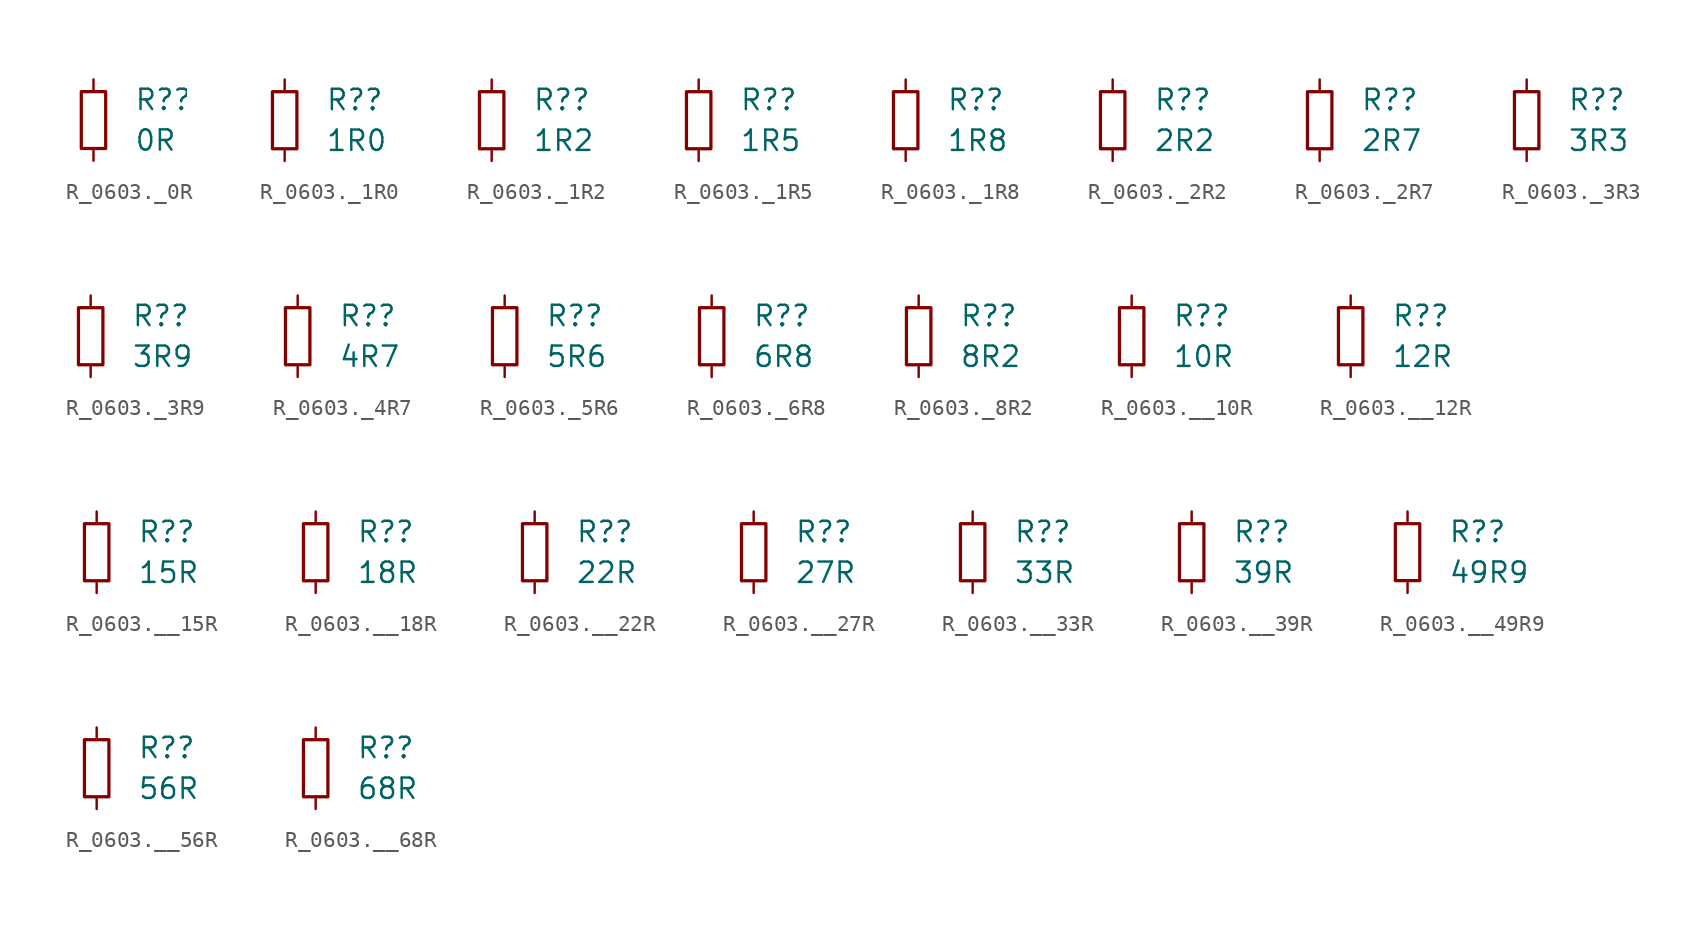
<source format=kicad_sym>
(kicad_symbol_lib
  (version 20231120)
  (generator "kicad_symbol_editor")
  (generator_version "8.0")
  (symbol "R_0603._0R"
    (pin_numbers hide)
    (pin_names
      (offset 0.254) hide)
    (property "Reference" "R?"
      (at 2.54 1.27 0)
      (effects (font (size 1.27 1.27)) (justify left)))
    (property "Value" "0R"
      (at 2.54 -1.27 0)
      (effects (font (size 1.27 1.27)) (justify left)))
    (symbol "R_0603._0R_0_1"
      (rectangle (start -0.762 1.778) (end 0.762 -1.778) (stroke (width 0.203) (type default)) (fill (type none))))
    (symbol "R_0603._0R_1_1"
      (pin passive line (at 0 2.54 270) (length 0.762) (name "~" (effects (font (size 1.27 1.27)))) (number "1" (effects (font (size 1.27 1.27)))))
      (pin passive line (at 0 -2.54 90) (length 0.762) (name "~" (effects (font (size 1.27 1.27)))) (number "2" (effects (font (size 1.27 1.27)))))))
  (symbol "R_0603._1R0"
    (pin_numbers hide)
    (pin_names
      (offset 0.254) hide)
    (property "Reference" "R?"
      (at 2.54 1.27 0)
      (effects (font (size 1.27 1.27)) (justify left)))
    (property "Value" "1R0"
      (at 2.54 -1.27 0)
      (effects (font (size 1.27 1.27)) (justify left)))
    (symbol "R_0603._1R0_0_1"
      (rectangle (start -0.762 1.778) (end 0.762 -1.778) (stroke (width 0.203) (type default)) (fill (type none))))
    (symbol "R_0603._1R0_1_1"
      (pin passive line (at 0 2.54 270) (length 0.762) (name "~" (effects (font (size 1.27 1.27)))) (number "1" (effects (font (size 1.27 1.27)))))
      (pin passive line (at 0 -2.54 90) (length 0.762) (name "~" (effects (font (size 1.27 1.27)))) (number "2" (effects (font (size 1.27 1.27)))))))
  (symbol "R_0603._1R2"
    (pin_numbers hide)
    (pin_names
      (offset 0.254) hide)
    (property "Reference" "R?"
      (at 2.54 1.27 0)
      (effects (font (size 1.27 1.27)) (justify left)))
    (property "Value" "1R2"
      (at 2.54 -1.27 0)
      (effects (font (size 1.27 1.27)) (justify left)))
    (symbol "R_0603._1R2_0_1"
      (rectangle (start -0.762 1.778) (end 0.762 -1.778) (stroke (width 0.203) (type default)) (fill (type none))))
    (symbol "R_0603._1R2_1_1"
      (pin passive line (at 0 2.54 270) (length 0.762) (name "~" (effects (font (size 1.27 1.27)))) (number "1" (effects (font (size 1.27 1.27)))))
      (pin passive line (at 0 -2.54 90) (length 0.762) (name "~" (effects (font (size 1.27 1.27)))) (number "2" (effects (font (size 1.27 1.27)))))))
  (symbol "R_0603._1R5"
    (pin_numbers hide)
    (pin_names
      (offset 0.254) hide)
    (property "Reference" "R?"
      (at 2.54 1.27 0)
      (effects (font (size 1.27 1.27)) (justify left)))
    (property "Value" "1R5"
      (at 2.54 -1.27 0)
      (effects (font (size 1.27 1.27)) (justify left)))
    (symbol "R_0603._1R5_0_1"
      (rectangle (start -0.762 1.778) (end 0.762 -1.778) (stroke (width 0.203) (type default)) (fill (type none))))
    (symbol "R_0603._1R5_1_1"
      (pin passive line (at 0 2.54 270) (length 0.762) (name "~" (effects (font (size 1.27 1.27)))) (number "1" (effects (font (size 1.27 1.27)))))
      (pin passive line (at 0 -2.54 90) (length 0.762) (name "~" (effects (font (size 1.27 1.27)))) (number "2" (effects (font (size 1.27 1.27)))))))
  (symbol "R_0603._1R8"
    (pin_numbers hide)
    (pin_names
      (offset 0.254) hide)
    (property "Reference" "R?"
      (at 2.54 1.27 0)
      (effects (font (size 1.27 1.27)) (justify left)))
    (property "Value" "1R8"
      (at 2.54 -1.27 0)
      (effects (font (size 1.27 1.27)) (justify left)))
    (symbol "R_0603._1R8_0_1"
      (rectangle (start -0.762 1.778) (end 0.762 -1.778) (stroke (width 0.203) (type default)) (fill (type none))))
    (symbol "R_0603._1R8_1_1"
      (pin passive line (at 0 2.54 270) (length 0.762) (name "~" (effects (font (size 1.27 1.27)))) (number "1" (effects (font (size 1.27 1.27)))))
      (pin passive line (at 0 -2.54 90) (length 0.762) (name "~" (effects (font (size 1.27 1.27)))) (number "2" (effects (font (size 1.27 1.27)))))))
  (symbol "R_0603._2R2"
    (pin_numbers hide)
    (pin_names
      (offset 0.254) hide)
    (property "Reference" "R?"
      (at 2.54 1.27 0)
      (effects (font (size 1.27 1.27)) (justify left)))
    (property "Value" "2R2"
      (at 2.54 -1.27 0)
      (effects (font (size 1.27 1.27)) (justify left)))
    (symbol "R_0603._2R2_0_1"
      (rectangle (start -0.762 1.778) (end 0.762 -1.778) (stroke (width 0.203) (type default)) (fill (type none))))
    (symbol "R_0603._2R2_1_1"
      (pin passive line (at 0 2.54 270) (length 0.762) (name "~" (effects (font (size 1.27 1.27)))) (number "1" (effects (font (size 1.27 1.27)))))
      (pin passive line (at 0 -2.54 90) (length 0.762) (name "~" (effects (font (size 1.27 1.27)))) (number "2" (effects (font (size 1.27 1.27)))))))
  (symbol "R_0603._2R7"
    (pin_numbers hide)
    (pin_names
      (offset 0.254) hide)
    (property "Reference" "R?"
      (at 2.54 1.27 0)
      (effects (font (size 1.27 1.27)) (justify left)))
    (property "Value" "2R7"
      (at 2.54 -1.27 0)
      (effects (font (size 1.27 1.27)) (justify left)))
    (symbol "R_0603._2R7_0_1"
      (rectangle (start -0.762 1.778) (end 0.762 -1.778) (stroke (width 0.203) (type default)) (fill (type none))))
    (symbol "R_0603._2R7_1_1"
      (pin passive line (at 0 2.54 270) (length 0.762) (name "~" (effects (font (size 1.27 1.27)))) (number "1" (effects (font (size 1.27 1.27)))))
      (pin passive line (at 0 -2.54 90) (length 0.762) (name "~" (effects (font (size 1.27 1.27)))) (number "2" (effects (font (size 1.27 1.27)))))))
  (symbol "R_0603._3R3"
    (pin_numbers hide)
    (pin_names
      (offset 0.254) hide)
    (property "Reference" "R?"
      (at 2.54 1.27 0)
      (effects (font (size 1.27 1.27)) (justify left)))
    (property "Value" "3R3"
      (at 2.54 -1.27 0)
      (effects (font (size 1.27 1.27)) (justify left)))
    (symbol "R_0603._3R3_0_1"
      (rectangle (start -0.762 1.778) (end 0.762 -1.778) (stroke (width 0.203) (type default)) (fill (type none))))
    (symbol "R_0603._3R3_1_1"
      (pin passive line (at 0 2.54 270) (length 0.762) (name "~" (effects (font (size 1.27 1.27)))) (number "1" (effects (font (size 1.27 1.27)))))
      (pin passive line (at 0 -2.54 90) (length 0.762) (name "~" (effects (font (size 1.27 1.27)))) (number "2" (effects (font (size 1.27 1.27)))))))
  (symbol "R_0603._3R9"
    (pin_numbers hide)
    (pin_names
      (offset 0.254) hide)
    (property "Reference" "R?"
      (at 2.54 1.27 0)
      (effects (font (size 1.27 1.27)) (justify left)))
    (property "Value" "3R9"
      (at 2.54 -1.27 0)
      (effects (font (size 1.27 1.27)) (justify left)))
    (symbol "R_0603._3R9_0_1"
      (rectangle (start -0.762 1.778) (end 0.762 -1.778) (stroke (width 0.203) (type default)) (fill (type none))))
    (symbol "R_0603._3R9_1_1"
      (pin passive line (at 0 2.54 270) (length 0.762) (name "~" (effects (font (size 1.27 1.27)))) (number "1" (effects (font (size 1.27 1.27)))))
      (pin passive line (at 0 -2.54 90) (length 0.762) (name "~" (effects (font (size 1.27 1.27)))) (number "2" (effects (font (size 1.27 1.27)))))))
  (symbol "R_0603._4R7"
    (pin_numbers hide)
    (pin_names
      (offset 0.254) hide)
    (property "Reference" "R?"
      (at 2.54 1.27 0)
      (effects (font (size 1.27 1.27)) (justify left)))
    (property "Value" "4R7"
      (at 2.54 -1.27 0)
      (effects (font (size 1.27 1.27)) (justify left)))
    (symbol "R_0603._4R7_0_1"
      (rectangle (start -0.762 1.778) (end 0.762 -1.778) (stroke (width 0.203) (type default)) (fill (type none))))
    (symbol "R_0603._4R7_1_1"
      (pin passive line (at 0 2.54 270) (length 0.762) (name "~" (effects (font (size 1.27 1.27)))) (number "1" (effects (font (size 1.27 1.27)))))
      (pin passive line (at 0 -2.54 90) (length 0.762) (name "~" (effects (font (size 1.27 1.27)))) (number "2" (effects (font (size 1.27 1.27)))))))
  (symbol "R_0603._5R6"
    (pin_numbers hide)
    (pin_names
      (offset 0.254) hide)
    (property "Reference" "R?"
      (at 2.54 1.27 0)
      (effects (font (size 1.27 1.27)) (justify left)))
    (property "Value" "5R6"
      (at 2.54 -1.27 0)
      (effects (font (size 1.27 1.27)) (justify left)))
    (symbol "R_0603._5R6_0_1"
      (rectangle (start -0.762 1.778) (end 0.762 -1.778) (stroke (width 0.203) (type default)) (fill (type none))))
    (symbol "R_0603._5R6_1_1"
      (pin passive line (at 0 2.54 270) (length 0.762) (name "~" (effects (font (size 1.27 1.27)))) (number "1" (effects (font (size 1.27 1.27)))))
      (pin passive line (at 0 -2.54 90) (length 0.762) (name "~" (effects (font (size 1.27 1.27)))) (number "2" (effects (font (size 1.27 1.27)))))))
  (symbol "R_0603._6R8"
    (pin_numbers hide)
    (pin_names
      (offset 0.254) hide)
    (property "Reference" "R?"
      (at 2.54 1.27 0)
      (effects (font (size 1.27 1.27)) (justify left)))
    (property "Value" "6R8"
      (at 2.54 -1.27 0)
      (effects (font (size 1.27 1.27)) (justify left)))
    (symbol "R_0603._6R8_0_1"
      (rectangle (start -0.762 1.778) (end 0.762 -1.778) (stroke (width 0.203) (type default)) (fill (type none))))
    (symbol "R_0603._6R8_1_1"
      (pin passive line (at 0 2.54 270) (length 0.762) (name "~" (effects (font (size 1.27 1.27)))) (number "1" (effects (font (size 1.27 1.27)))))
      (pin passive line (at 0 -2.54 90) (length 0.762) (name "~" (effects (font (size 1.27 1.27)))) (number "2" (effects (font (size 1.27 1.27)))))))
  (symbol "R_0603._8R2"
    (pin_numbers hide)
    (pin_names
      (offset 0.254) hide)
    (property "Reference" "R?"
      (at 2.54 1.27 0)
      (effects (font (size 1.27 1.27)) (justify left)))
    (property "Value" "8R2"
      (at 2.54 -1.27 0)
      (effects (font (size 1.27 1.27)) (justify left)))
    (symbol "R_0603._8R2_0_1"
      (rectangle (start -0.762 1.778) (end 0.762 -1.778) (stroke (width 0.203) (type default)) (fill (type none))))
    (symbol "R_0603._8R2_1_1"
      (pin passive line (at 0 2.54 270) (length 0.762) (name "~" (effects (font (size 1.27 1.27)))) (number "1" (effects (font (size 1.27 1.27)))))
      (pin passive line (at 0 -2.54 90) (length 0.762) (name "~" (effects (font (size 1.27 1.27)))) (number "2" (effects (font (size 1.27 1.27)))))))
  (symbol "R_0603.__10R"
    (pin_numbers hide)
    (pin_names
      (offset 0.254) hide)
    (property "Reference" "R?"
      (at 2.54 1.27 0)
      (effects (font (size 1.27 1.27)) (justify left)))
    (property "Value" "10R"
      (at 2.54 -1.27 0)
      (effects (font (size 1.27 1.27)) (justify left)))
    (symbol "R_0603.__10R_0_1"
      (rectangle (start -0.762 1.778) (end 0.762 -1.778) (stroke (width 0.203) (type default)) (fill (type none))))
    (symbol "R_0603.__10R_1_1"
      (pin passive line (at 0 2.54 270) (length 0.762) (name "~" (effects (font (size 1.27 1.27)))) (number "1" (effects (font (size 1.27 1.27)))))
      (pin passive line (at 0 -2.54 90) (length 0.762) (name "~" (effects (font (size 1.27 1.27)))) (number "2" (effects (font (size 1.27 1.27)))))))
  (symbol "R_0603.__12R"
    (pin_numbers hide)
    (pin_names
      (offset 0.254) hide)
    (property "Reference" "R?"
      (at 2.54 1.27 0)
      (effects (font (size 1.27 1.27)) (justify left)))
    (property "Value" "12R"
      (at 2.54 -1.27 0)
      (effects (font (size 1.27 1.27)) (justify left)))
    (symbol "R_0603.__12R_0_1"
      (rectangle (start -0.762 1.778) (end 0.762 -1.778) (stroke (width 0.203) (type default)) (fill (type none))))
    (symbol "R_0603.__12R_1_1"
      (pin passive line (at 0 2.54 270) (length 0.762) (name "~" (effects (font (size 1.27 1.27)))) (number "1" (effects (font (size 1.27 1.27)))))
      (pin passive line (at 0 -2.54 90) (length 0.762) (name "~" (effects (font (size 1.27 1.27)))) (number "2" (effects (font (size 1.27 1.27)))))))
  (symbol "R_0603.__15R"
    (pin_numbers hide)
    (pin_names
      (offset 0.254) hide)
    (property "Reference" "R?"
      (at 2.54 1.27 0)
      (effects (font (size 1.27 1.27)) (justify left)))
    (property "Value" "15R"
      (at 2.54 -1.27 0)
      (effects (font (size 1.27 1.27)) (justify left)))
    (symbol "R_0603.__15R_0_1"
      (rectangle (start -0.762 1.778) (end 0.762 -1.778) (stroke (width 0.203) (type default)) (fill (type none))))
    (symbol "R_0603.__15R_1_1"
      (pin passive line (at 0 2.54 270) (length 0.762) (name "~" (effects (font (size 1.27 1.27)))) (number "1" (effects (font (size 1.27 1.27)))))
      (pin passive line (at 0 -2.54 90) (length 0.762) (name "~" (effects (font (size 1.27 1.27)))) (number "2" (effects (font (size 1.27 1.27)))))))
  (symbol "R_0603.__18R"
    (pin_numbers hide)
    (pin_names
      (offset 0.254) hide)
    (property "Reference" "R?"
      (at 2.54 1.27 0)
      (effects (font (size 1.27 1.27)) (justify left)))
    (property "Value" "18R"
      (at 2.54 -1.27 0)
      (effects (font (size 1.27 1.27)) (justify left)))
    (symbol "R_0603.__18R_0_1"
      (rectangle (start -0.762 1.778) (end 0.762 -1.778) (stroke (width 0.203) (type default)) (fill (type none))))
    (symbol "R_0603.__18R_1_1"
      (pin passive line (at 0 2.54 270) (length 0.762) (name "~" (effects (font (size 1.27 1.27)))) (number "1" (effects (font (size 1.27 1.27)))))
      (pin passive line (at 0 -2.54 90) (length 0.762) (name "~" (effects (font (size 1.27 1.27)))) (number "2" (effects (font (size 1.27 1.27)))))))
  (symbol "R_0603.__22R"
    (pin_numbers hide)
    (pin_names
      (offset 0.254) hide)
    (property "Reference" "R?"
      (at 2.54 1.27 0)
      (effects (font (size 1.27 1.27)) (justify left)))
    (property "Value" "22R"
      (at 2.54 -1.27 0)
      (effects (font (size 1.27 1.27)) (justify left)))
    (symbol "R_0603.__22R_0_1"
      (rectangle (start -0.762 1.778) (end 0.762 -1.778) (stroke (width 0.203) (type default)) (fill (type none))))
    (symbol "R_0603.__22R_1_1"
      (pin passive line (at 0 2.54 270) (length 0.762) (name "~" (effects (font (size 1.27 1.27)))) (number "1" (effects (font (size 1.27 1.27)))))
      (pin passive line (at 0 -2.54 90) (length 0.762) (name "~" (effects (font (size 1.27 1.27)))) (number "2" (effects (font (size 1.27 1.27)))))))
  (symbol "R_0603.__27R"
    (pin_numbers hide)
    (pin_names
      (offset 0.254) hide)
    (property "Reference" "R?"
      (at 2.54 1.27 0)
      (effects (font (size 1.27 1.27)) (justify left)))
    (property "Value" "27R"
      (at 2.54 -1.27 0)
      (effects (font (size 1.27 1.27)) (justify left)))
    (symbol "R_0603.__27R_0_1"
      (rectangle (start -0.762 1.778) (end 0.762 -1.778) (stroke (width 0.203) (type default)) (fill (type none))))
    (symbol "R_0603.__27R_1_1"
      (pin passive line (at 0 2.54 270) (length 0.762) (name "~" (effects (font (size 1.27 1.27)))) (number "1" (effects (font (size 1.27 1.27)))))
      (pin passive line (at 0 -2.54 90) (length 0.762) (name "~" (effects (font (size 1.27 1.27)))) (number "2" (effects (font (size 1.27 1.27)))))))
  (symbol "R_0603.__33R"
    (pin_numbers hide)
    (pin_names
      (offset 0.254) hide)
    (property "Reference" "R?"
      (at 2.54 1.27 0)
      (effects (font (size 1.27 1.27)) (justify left)))
    (property "Value" "33R"
      (at 2.54 -1.27 0)
      (effects (font (size 1.27 1.27)) (justify left)))
    (symbol "R_0603.__33R_0_1"
      (rectangle (start -0.762 1.778) (end 0.762 -1.778) (stroke (width 0.203) (type default)) (fill (type none))))
    (symbol "R_0603.__33R_1_1"
      (pin passive line (at 0 2.54 270) (length 0.762) (name "~" (effects (font (size 1.27 1.27)))) (number "1" (effects (font (size 1.27 1.27)))))
      (pin passive line (at 0 -2.54 90) (length 0.762) (name "~" (effects (font (size 1.27 1.27)))) (number "2" (effects (font (size 1.27 1.27)))))))
  (symbol "R_0603.__39R"
    (pin_numbers hide)
    (pin_names
      (offset 0.254) hide)
    (property "Reference" "R?"
      (at 2.54 1.27 0)
      (effects (font (size 1.27 1.27)) (justify left)))
    (property "Value" "39R"
      (at 2.54 -1.27 0)
      (effects (font (size 1.27 1.27)) (justify left)))
    (symbol "R_0603.__39R_0_1"
      (rectangle (start -0.762 1.778) (end 0.762 -1.778) (stroke (width 0.203) (type default)) (fill (type none))))
    (symbol "R_0603.__39R_1_1"
      (pin passive line (at 0 2.54 270) (length 0.762) (name "~" (effects (font (size 1.27 1.27)))) (number "1" (effects (font (size 1.27 1.27)))))
      (pin passive line (at 0 -2.54 90) (length 0.762) (name "~" (effects (font (size 1.27 1.27)))) (number "2" (effects (font (size 1.27 1.27)))))))
  (symbol "R_0603.__49R9"
    (pin_numbers hide)
    (pin_names
      (offset 0.254) hide)
    (property "Reference" "R?"
      (at 2.54 1.27 0)
      (effects (font (size 1.27 1.27)) (justify left)))
    (property "Value" "49R9"
      (at 2.54 -1.27 0)
      (effects (font (size 1.27 1.27)) (justify left)))
    (symbol "R_0603.__49R9_0_1"
      (rectangle (start -0.762 1.778) (end 0.762 -1.778) (stroke (width 0.203) (type default)) (fill (type none))))
    (symbol "R_0603.__49R9_1_1"
      (pin passive line (at 0 2.54 270) (length 0.762) (name "~" (effects (font (size 1.27 1.27)))) (number "1" (effects (font (size 1.27 1.27)))))
      (pin passive line (at 0 -2.54 90) (length 0.762) (name "~" (effects (font (size 1.27 1.27)))) (number "2" (effects (font (size 1.27 1.27)))))))
  (symbol "R_0603.__56R"
    (pin_numbers hide)
    (pin_names
      (offset 0.254) hide)
    (property "Reference" "R?"
      (at 2.54 1.27 0)
      (effects (font (size 1.27 1.27)) (justify left)))
    (property "Value" "56R"
      (at 2.54 -1.27 0)
      (effects (font (size 1.27 1.27)) (justify left)))
    (symbol "R_0603.__56R_0_1"
      (rectangle (start -0.762 1.778) (end 0.762 -1.778) (stroke (width 0.203) (type default)) (fill (type none))))
    (symbol "R_0603.__56R_1_1"
      (pin passive line (at 0 2.54 270) (length 0.762) (name "~" (effects (font (size 1.27 1.27)))) (number "1" (effects (font (size 1.27 1.27)))))
      (pin passive line (at 0 -2.54 90) (length 0.762) (name "~" (effects (font (size 1.27 1.27)))) (number "2" (effects (font (size 1.27 1.27)))))))
  (symbol "R_0603.__68R"
    (pin_numbers hide)
    (pin_names
      (offset 0.254) hide)
    (property "Reference" "R?"
      (at 2.54 1.27 0)
      (effects (font (size 1.27 1.27)) (justify left)))
    (property "Value" "68R"
      (at 2.54 -1.27 0)
      (effects (font (size 1.27 1.27)) (justify left)))
    (symbol "R_0603.__68R_0_1"
      (rectangle (start -0.762 1.778) (end 0.762 -1.778) (stroke (width 0.203) (type default)) (fill (type none))))
    (symbol "R_0603.__68R_1_1"
      (pin passive line (at 0 2.54 270) (length 0.762) (name "~" (effects (font (size 1.27 1.27)))) (number "1" (effects (font (size 1.27 1.27)))))
      (pin passive line (at 0 -2.54 90) (length 0.762) (name "~" (effects (font (size 1.27 1.27)))) (number "2" (effects (font (size 1.27 1.27))))))))
</source>
